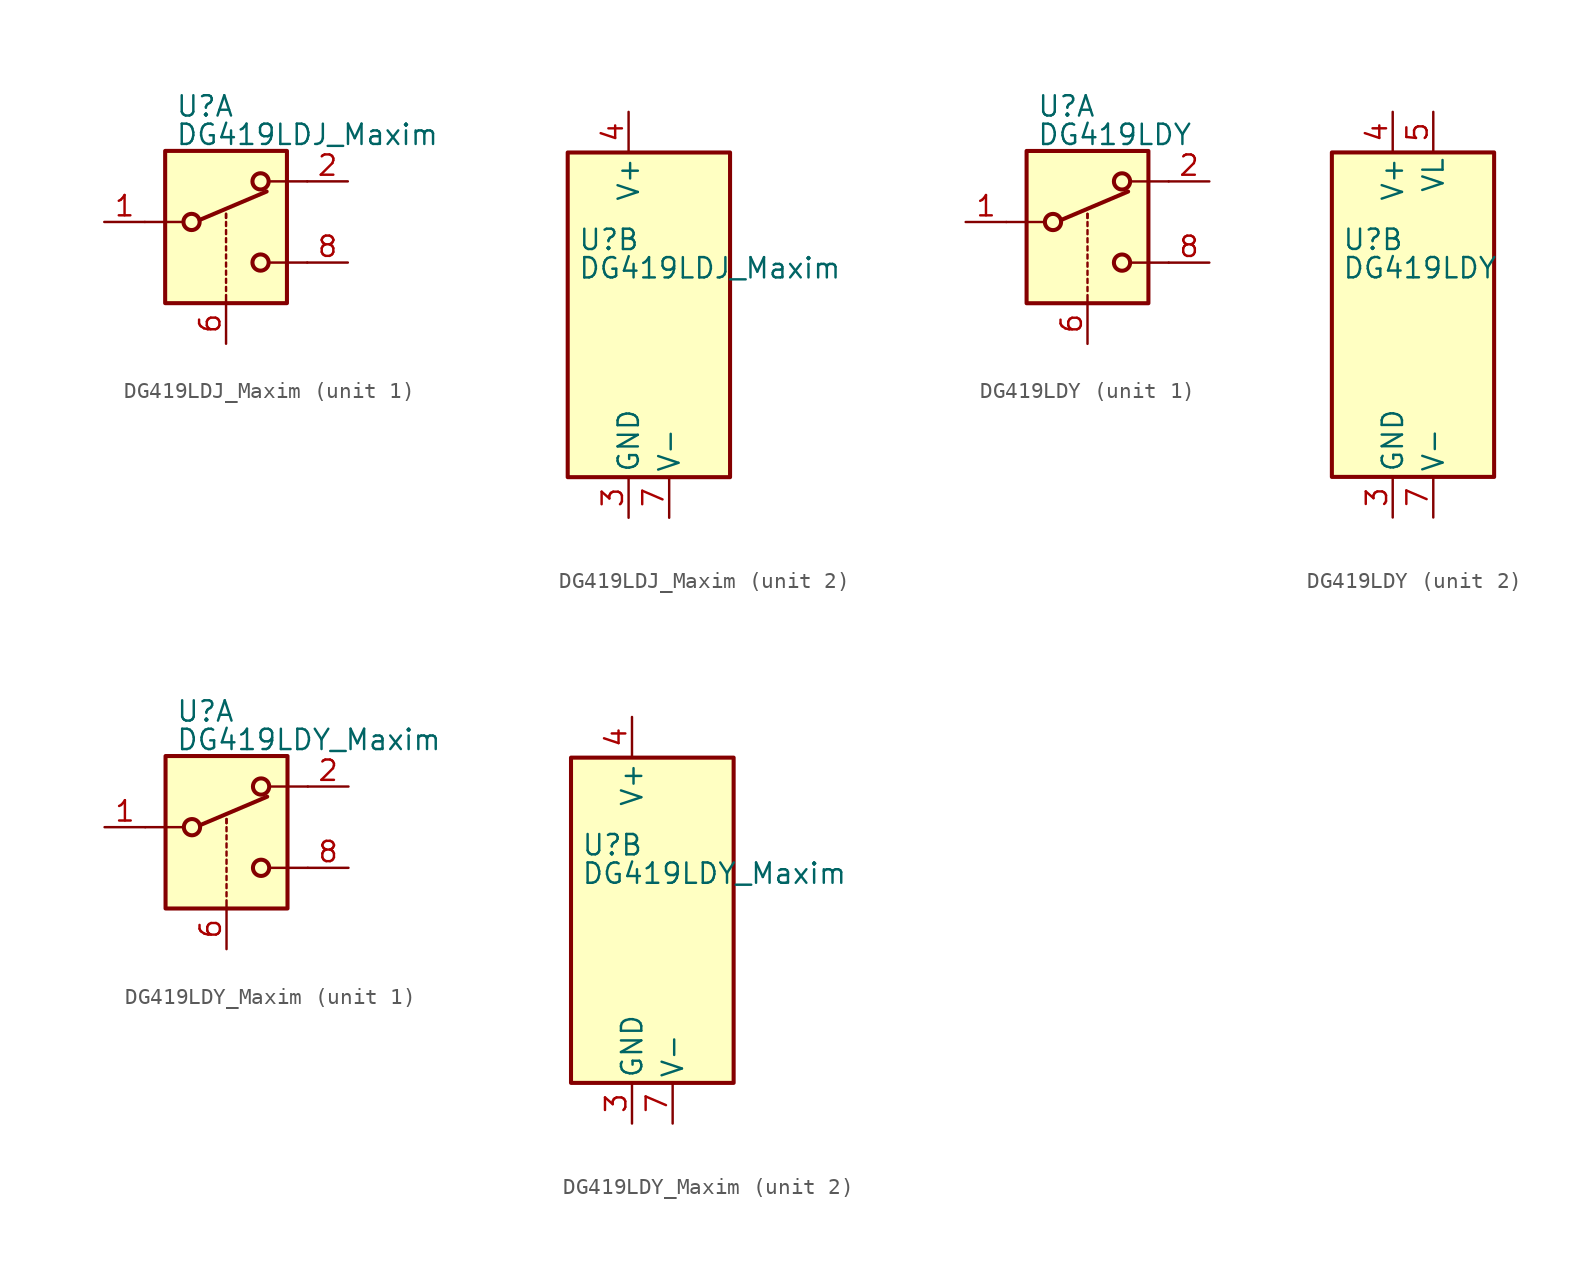
<source format=kicad_sym>
(kicad_symbol_lib
  (version 20201005)
  (generator kicad_symbol_editor)
  (symbol "Analog_Switch:DG419LDJ_Maxim"
    (pin_names
      (offset 0.254))
    (property "Reference" "U"
      (at -3.175 4.699 0)
      (effects (font (size 1.27 1.27)) (justify left)))
    (property "Value" "DG419LDJ_Maxim"
      (at -3.175 2.921 0)
      (effects (font (size 1.27 1.27)) (justify left)))
    (symbol "DG419LDJ_Maxim_1_1"
      (circle (center -2.159 -2.54) (radius 0.508) (stroke (width 0.254)) (fill (type none)))
      (circle (center 2.159 -5.08) (radius 0.508) (stroke (width 0.254)) (fill (type none)))
      (circle (center 2.159 0) (radius 0.508) (stroke (width 0.254)) (fill (type none)))
      (rectangle (start -3.81 1.905) (end 3.81 -7.62) (stroke (width 0.254)) (fill (type background)))
      (polyline (pts (xy -5.08 -2.54) (xy -2.794 -2.54)) (stroke (width 0)) (fill (type none)))
      (polyline (pts (xy -1.651 -2.413) (xy 2.54 -0.635)) (stroke (width 0.254)) (fill (type none)))
      (polyline (pts (xy 0 -7.62) (xy 0 -7.112)) (stroke (width 0)) (fill (type none)))
      (polyline (pts (xy 0 -6.858) (xy 0 -6.604)) (stroke (width 0)) (fill (type none)))
      (polyline (pts (xy 0 -6.35) (xy 0 -6.096)) (stroke (width 0)) (fill (type none)))
      (polyline (pts (xy 0 -5.842) (xy 0 -5.588)) (stroke (width 0)) (fill (type none)))
      (polyline (pts (xy 0 -5.334) (xy 0 -5.08)) (stroke (width 0)) (fill (type none)))
      (polyline (pts (xy 0 -4.826) (xy 0 -4.572)) (stroke (width 0)) (fill (type none)))
      (polyline (pts (xy 0 -4.318) (xy 0 -4.064)) (stroke (width 0)) (fill (type none)))
      (polyline (pts (xy 0 -3.81) (xy 0 -3.556)) (stroke (width 0)) (fill (type none)))
      (polyline (pts (xy 0 -3.302) (xy 0 -3.048)) (stroke (width 0)) (fill (type none)))
      (polyline (pts (xy 0 -2.794) (xy 0 -2.54)) (stroke (width 0)) (fill (type none)))
      (polyline (pts (xy 0 -2.286) (xy 0 -2.032)) (stroke (width 0)) (fill (type none)))
      (polyline (pts (xy 0 -2.286) (xy 0 -2.032)) (stroke (width 0)) (fill (type none)))
      (polyline (pts (xy 5.08 -5.08) (xy 2.794 -5.08)) (stroke (width 0)) (fill (type none)))
      (polyline (pts (xy 5.08 0) (xy 2.794 0)) (stroke (width 0)) (fill (type none)))
      (pin passive line (at -7.62 -2.54 0) (length 2.54) (name "~" (effects (font (size 1.27 1.27)))) (number "1" (effects (font (size 1.27 1.27)))))
      (pin passive line (at 7.62 0 180) (length 2.54) (name "~" (effects (font (size 1.27 1.27)))) (number "2" (effects (font (size 1.27 1.27)))))
      (pin input line (at 0 -10.16 90) (length 2.54) (name "~" (effects (font (size 1.27 1.27)))) (number "6" (effects (font (size 1.27 1.27)))))
      (pin passive line (at 7.62 -5.08 180) (length 2.54) (name "~" (effects (font (size 1.27 1.27)))) (number "8" (effects (font (size 1.27 1.27))))))
    (symbol "DG419LDJ_Maxim_2_0"
      (pin power_in line (at 0 -12.7 90) (length 2.54) (name "GND" (effects (font (size 1.27 1.27)))) (number "3" (effects (font (size 1.27 1.27)))))
      (pin power_in line (at 0 12.7 270) (length 2.54) (name "V+" (effects (font (size 1.27 1.27)))) (number "4" (effects (font (size 1.27 1.27)))))
      (pin no_connect line (at 2.54 10.16 270) (length 2.54) hide (name "NC" (effects (font (size 1.27 1.27)))) (number "5" (effects (font (size 1.27 1.27)))))
      (pin power_in line (at 2.54 -12.7 90) (length 2.54) (name "V-" (effects (font (size 1.27 1.27)))) (number "7" (effects (font (size 1.27 1.27))))))
    (symbol "DG419LDJ_Maxim_2_1"
      (rectangle (start -3.81 10.16) (end 6.35 -10.16) (stroke (width 0.254)) (fill (type background)))))
  (symbol "Analog_Switch:DG419LDY"
    (pin_names
      (offset 0.254))
    (property "Reference" "U"
      (at -3.175 4.699 0)
      (effects (font (size 1.27 1.27)) (justify left)))
    (property "Value" "DG419LDY"
      (at -3.175 2.921 0)
      (effects (font (size 1.27 1.27)) (justify left)))
    (symbol "DG419LDY_1_1"
      (circle (center -2.159 -2.54) (radius 0.508) (stroke (width 0.254)) (fill (type none)))
      (circle (center 2.159 -5.08) (radius 0.508) (stroke (width 0.254)) (fill (type none)))
      (circle (center 2.159 0) (radius 0.508) (stroke (width 0.254)) (fill (type none)))
      (rectangle (start -3.81 1.905) (end 3.81 -7.62) (stroke (width 0.254)) (fill (type background)))
      (polyline (pts (xy -5.08 -2.54) (xy -2.794 -2.54)) (stroke (width 0)) (fill (type none)))
      (polyline (pts (xy -1.651 -2.413) (xy 2.54 -0.635)) (stroke (width 0.254)) (fill (type none)))
      (polyline (pts (xy 0 -7.62) (xy 0 -7.112)) (stroke (width 0)) (fill (type none)))
      (polyline (pts (xy 0 -6.858) (xy 0 -6.604)) (stroke (width 0)) (fill (type none)))
      (polyline (pts (xy 0 -6.35) (xy 0 -6.096)) (stroke (width 0)) (fill (type none)))
      (polyline (pts (xy 0 -5.842) (xy 0 -5.588)) (stroke (width 0)) (fill (type none)))
      (polyline (pts (xy 0 -5.334) (xy 0 -5.08)) (stroke (width 0)) (fill (type none)))
      (polyline (pts (xy 0 -4.826) (xy 0 -4.572)) (stroke (width 0)) (fill (type none)))
      (polyline (pts (xy 0 -4.318) (xy 0 -4.064)) (stroke (width 0)) (fill (type none)))
      (polyline (pts (xy 0 -3.81) (xy 0 -3.556)) (stroke (width 0)) (fill (type none)))
      (polyline (pts (xy 0 -3.302) (xy 0 -3.048)) (stroke (width 0)) (fill (type none)))
      (polyline (pts (xy 0 -2.794) (xy 0 -2.54)) (stroke (width 0)) (fill (type none)))
      (polyline (pts (xy 0 -2.286) (xy 0 -2.032)) (stroke (width 0)) (fill (type none)))
      (polyline (pts (xy 0 -2.286) (xy 0 -2.032)) (stroke (width 0)) (fill (type none)))
      (polyline (pts (xy 5.08 -5.08) (xy 2.794 -5.08)) (stroke (width 0)) (fill (type none)))
      (polyline (pts (xy 5.08 0) (xy 2.794 0)) (stroke (width 0)) (fill (type none)))
      (pin passive line (at -7.62 -2.54 0) (length 2.54) (name "~" (effects (font (size 1.27 1.27)))) (number "1" (effects (font (size 1.27 1.27)))))
      (pin passive line (at 7.62 0 180) (length 2.54) (name "~" (effects (font (size 1.27 1.27)))) (number "2" (effects (font (size 1.27 1.27)))))
      (pin input line (at 0 -10.16 90) (length 2.54) (name "~" (effects (font (size 1.27 1.27)))) (number "6" (effects (font (size 1.27 1.27)))))
      (pin passive line (at 7.62 -5.08 180) (length 2.54) (name "~" (effects (font (size 1.27 1.27)))) (number "8" (effects (font (size 1.27 1.27))))))
    (symbol "DG419LDY_2_0"
      (pin power_in line (at 0 -12.7 90) (length 2.54) (name "GND" (effects (font (size 1.27 1.27)))) (number "3" (effects (font (size 1.27 1.27)))))
      (pin power_in line (at 0 12.7 270) (length 2.54) (name "V+" (effects (font (size 1.27 1.27)))) (number "4" (effects (font (size 1.27 1.27)))))
      (pin power_in line (at 2.54 12.7 270) (length 2.54) (name "VL" (effects (font (size 1.27 1.27)))) (number "5" (effects (font (size 1.27 1.27)))))
      (pin power_in line (at 2.54 -12.7 90) (length 2.54) (name "V-" (effects (font (size 1.27 1.27)))) (number "7" (effects (font (size 1.27 1.27))))))
    (symbol "DG419LDY_2_1"
      (rectangle (start -3.81 10.16) (end 6.35 -10.16) (stroke (width 0.254)) (fill (type background)))))
  (symbol "Analog_Switch:DG419LDY_Maxim"
    (pin_names
      (offset 0.254))
    (property "Reference" "U"
      (at -3.175 4.699 0)
      (effects (font (size 1.27 1.27)) (justify left)))
    (property "Value" "DG419LDY_Maxim"
      (at -3.175 2.921 0)
      (effects (font (size 1.27 1.27)) (justify left)))
    (symbol "DG419LDY_Maxim_1_1"
      (circle (center -2.159 -2.54) (radius 0.508) (stroke (width 0.254)) (fill (type none)))
      (circle (center 2.159 -5.08) (radius 0.508) (stroke (width 0.254)) (fill (type none)))
      (circle (center 2.159 0) (radius 0.508) (stroke (width 0.254)) (fill (type none)))
      (rectangle (start -3.81 1.905) (end 3.81 -7.62) (stroke (width 0.254)) (fill (type background)))
      (polyline (pts (xy -5.08 -2.54) (xy -2.794 -2.54)) (stroke (width 0)) (fill (type none)))
      (polyline (pts (xy -1.651 -2.413) (xy 2.54 -0.635)) (stroke (width 0.254)) (fill (type none)))
      (polyline (pts (xy 0 -7.62) (xy 0 -7.112)) (stroke (width 0)) (fill (type none)))
      (polyline (pts (xy 0 -6.858) (xy 0 -6.604)) (stroke (width 0)) (fill (type none)))
      (polyline (pts (xy 0 -6.35) (xy 0 -6.096)) (stroke (width 0)) (fill (type none)))
      (polyline (pts (xy 0 -5.842) (xy 0 -5.588)) (stroke (width 0)) (fill (type none)))
      (polyline (pts (xy 0 -5.334) (xy 0 -5.08)) (stroke (width 0)) (fill (type none)))
      (polyline (pts (xy 0 -4.826) (xy 0 -4.572)) (stroke (width 0)) (fill (type none)))
      (polyline (pts (xy 0 -4.318) (xy 0 -4.064)) (stroke (width 0)) (fill (type none)))
      (polyline (pts (xy 0 -3.81) (xy 0 -3.556)) (stroke (width 0)) (fill (type none)))
      (polyline (pts (xy 0 -3.302) (xy 0 -3.048)) (stroke (width 0)) (fill (type none)))
      (polyline (pts (xy 0 -2.794) (xy 0 -2.54)) (stroke (width 0)) (fill (type none)))
      (polyline (pts (xy 0 -2.286) (xy 0 -2.032)) (stroke (width 0)) (fill (type none)))
      (polyline (pts (xy 0 -2.286) (xy 0 -2.032)) (stroke (width 0)) (fill (type none)))
      (polyline (pts (xy 5.08 -5.08) (xy 2.794 -5.08)) (stroke (width 0)) (fill (type none)))
      (polyline (pts (xy 5.08 0) (xy 2.794 0)) (stroke (width 0)) (fill (type none)))
      (pin passive line (at -7.62 -2.54 0) (length 2.54) (name "~" (effects (font (size 1.27 1.27)))) (number "1" (effects (font (size 1.27 1.27)))))
      (pin passive line (at 7.62 0 180) (length 2.54) (name "~" (effects (font (size 1.27 1.27)))) (number "2" (effects (font (size 1.27 1.27)))))
      (pin input line (at 0 -10.16 90) (length 2.54) (name "~" (effects (font (size 1.27 1.27)))) (number "6" (effects (font (size 1.27 1.27)))))
      (pin passive line (at 7.62 -5.08 180) (length 2.54) (name "~" (effects (font (size 1.27 1.27)))) (number "8" (effects (font (size 1.27 1.27))))))
    (symbol "DG419LDY_Maxim_2_0"
      (pin power_in line (at 0 -12.7 90) (length 2.54) (name "GND" (effects (font (size 1.27 1.27)))) (number "3" (effects (font (size 1.27 1.27)))))
      (pin power_in line (at 0 12.7 270) (length 2.54) (name "V+" (effects (font (size 1.27 1.27)))) (number "4" (effects (font (size 1.27 1.27)))))
      (pin no_connect line (at 2.54 10.16 270) (length 2.54) hide (name "NC" (effects (font (size 1.27 1.27)))) (number "5" (effects (font (size 1.27 1.27)))))
      (pin power_in line (at 2.54 -12.7 90) (length 2.54) (name "V-" (effects (font (size 1.27 1.27)))) (number "7" (effects (font (size 1.27 1.27))))))
    (symbol "DG419LDY_Maxim_2_1"
      (rectangle (start -3.81 10.16) (end 6.35 -10.16) (stroke (width 0.254)) (fill (type background))))))
</source>
